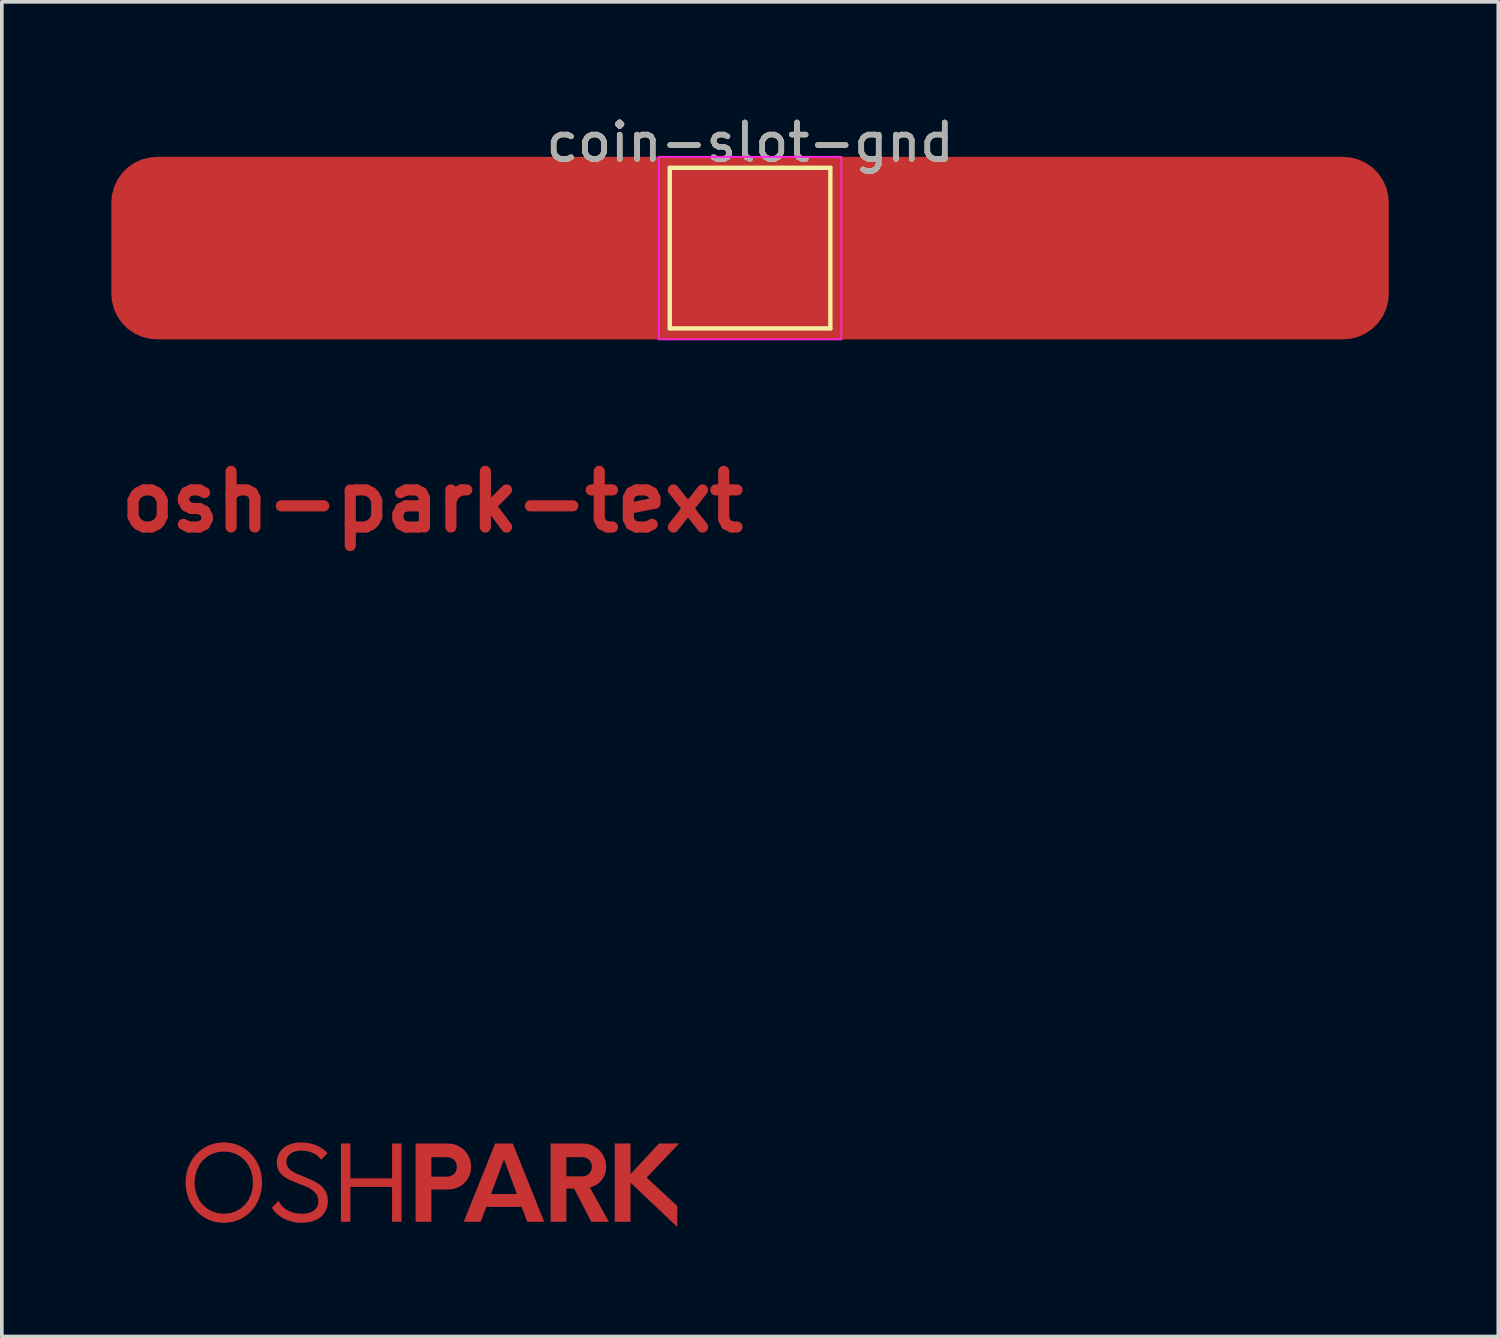
<source format=kicad_pcb>
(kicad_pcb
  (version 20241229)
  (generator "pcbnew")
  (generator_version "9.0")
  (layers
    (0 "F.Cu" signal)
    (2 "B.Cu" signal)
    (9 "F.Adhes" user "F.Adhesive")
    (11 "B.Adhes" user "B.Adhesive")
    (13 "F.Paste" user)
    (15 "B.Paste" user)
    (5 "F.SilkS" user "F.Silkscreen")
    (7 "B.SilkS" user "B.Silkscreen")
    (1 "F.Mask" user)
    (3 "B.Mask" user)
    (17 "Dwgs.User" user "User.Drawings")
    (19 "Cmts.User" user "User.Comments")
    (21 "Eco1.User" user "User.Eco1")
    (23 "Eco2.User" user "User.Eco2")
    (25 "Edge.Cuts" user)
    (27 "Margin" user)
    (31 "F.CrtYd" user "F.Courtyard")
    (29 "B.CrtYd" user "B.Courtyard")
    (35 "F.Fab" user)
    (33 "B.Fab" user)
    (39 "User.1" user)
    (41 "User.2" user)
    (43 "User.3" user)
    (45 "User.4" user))
  (footprint "coin-slot-gnd"
    (layer "F.Cu")
    (at 17.5 3.748)
    (property "Reference" "coin-slot-gnd" (at 0 -2.898 0) (layer "F.SilkS") (effects (font (size 1 1) (thickness 0.15))))
    (attr exclude_from_pos_files exclude_from_bom)
    (fp_line (start -2.2 -2.2) (end 2.2 -2.2) (stroke (width 0.12) (type solid)) (layer "F.SilkS"))
    (fp_line (start -2.2 2.2) (end -2.2 -2.2) (stroke (width 0.12) (type solid)) (layer "F.SilkS"))
    (fp_line (start 2.2 -2.2) (end 2.2 2.2) (stroke (width 0.12) (type solid)) (layer "F.SilkS"))
    (fp_line (start 2.2 2.2) (end -2.2 2.2) (stroke (width 0.12) (type solid)) (layer "F.SilkS"))
    (fp_line (start -2.5 -2.5) (end -2.5 2.5) (stroke (width 0.05) (type solid)) (layer "F.CrtYd"))
    (fp_line (start -2.5 -2.5) (end 2.5 -2.5) (stroke (width 0.05) (type solid)) (layer "F.CrtYd"))
    (fp_line (start 2.5 2.5) (end -2.5 2.5) (stroke (width 0.05) (type solid)) (layer "F.CrtYd"))
    (fp_line (start 2.5 2.5) (end 2.5 -2.5) (stroke (width 0.05) (type solid)) (layer "F.CrtYd"))
    (fp_text user "${REFERENCE}" (at 0 -2.9 0) (layer "F.Fab") (effects (font (size 1 1) (thickness 0.15))))
    (pad "1" smd roundrect (at 0 0) (size 35 5) (layers "F.Cu" "F.Mask") (roundrect_rratio 0.25)))
  (footprint "osh-park-text"
    (layer "F.Cu")
    (at 8.796 22.158)
    (property "Reference" "osh-park-text" (at 0 -11.458 0) (layer "F.Cu") (effects (font (size 1.524 1.524) (thickness 0.305))))
    (attr smd)
    (fp_poly (pts (xy 6.761 6.121) (xy 6.209 6.121) (xy 5.428 6.959) (xy 5.428 6.121) (xy 4.996 6.121) (xy 4.996 8.267) (xy 5.428 8.267) (xy 5.428 7.194) (xy 6.71 8.41) (xy 6.71 7.832) (xy 5.871 7.056) (xy 6.761 6.121)) (stroke (width 0) (type solid)) (fill yes) (layer "F.Cu"))
    (fp_poly (pts (xy -1.104 6.121) (xy -1.104 7.076) (xy -2.246 7.076) (xy -2.246 6.121) (xy -2.506 6.121) (xy -2.506 8.267) (xy -2.246 8.267) (xy -2.246 7.311) (xy -1.104 7.311) (xy -1.104 8.267) (xy -0.844 8.267) (xy -0.844 6.121) (xy -1.104 6.121)) (stroke (width 0) (type solid)) (fill yes) (layer "F.Cu"))
    (fp_poly (pts (xy 2.598 8.267) (xy 1.963 6.558) (xy 2.315 7.506) (xy 1.608 7.506) (xy 1.963 6.558) (xy 2.598 8.267) (xy 3.065 8.267) (xy 2.204 6.121) (xy 1.72 6.121) (xy 0.859 8.267) (xy 1.325 8.267) (xy 1.477 7.86) (xy 2.447 7.86) (xy 2.598 8.267)) (stroke (width 0) (type solid)) (fill yes) (layer "F.Cu"))
    (fp_poly (pts (xy 0.428 6.121) (xy -0.027 6.496) (xy 0.388 6.496) (xy 0.445 6.501) (xy 0.499 6.515) (xy 0.547 6.538) (xy 0.589 6.57) (xy 0.623 6.608) (xy 0.649 6.654) (xy 0.665 6.705) (xy 0.671 6.762) (xy 0.665 6.82) (xy 0.649 6.873) (xy 0.623 6.919) (xy 0.589 6.957) (xy 0.547 6.989) (xy 0.499 7.012) (xy 0.445 7.026) (xy 0.388 7.031) (xy 0.388 7.031) (xy -0.027 7.031) (xy -0.027 6.496) (xy 0.428 6.121) (xy -0.459 6.121) (xy -0.459 8.267) (xy -0.027 8.267) (xy -0.027 7.383) (xy 0.428 7.383) (xy 0.558 7.37) (xy 0.678 7.335) (xy 0.786 7.279) (xy 0.88 7.204) (xy 0.956 7.112) (xy 1.014 7.006) (xy 1.05 6.888) (xy 1.063 6.759) (xy 1.05 6.63) (xy 1.014 6.511) (xy 0.956 6.402) (xy 0.88 6.308) (xy 0.786 6.23) (xy 0.678 6.171) (xy 0.558 6.134) (xy 0.428 6.121) (xy 0.428 6.121)) (stroke (width 0) (type solid)) (fill yes) (layer "F.Cu"))
    (fp_poly (pts (xy 4.317 7.328) (xy 4.11 7.022) (xy 3.672 7.022) (xy 3.672 6.496) (xy 4.11 6.496) (xy 4.163 6.501) (xy 4.212 6.516) (xy 4.257 6.54) (xy 4.295 6.571) (xy 4.327 6.61) (xy 4.35 6.655) (xy 4.365 6.705) (xy 4.37 6.759) (xy 4.365 6.813) (xy 4.351 6.863) (xy 4.327 6.907) (xy 4.296 6.946) (xy 4.258 6.978) (xy 4.214 7.002) (xy 4.164 7.017) (xy 4.11 7.022) (xy 4.11 7.022) (xy 4.317 7.328) (xy 4.41 7.297) (xy 4.496 7.252) (xy 4.572 7.195) (xy 4.637 7.127) (xy 4.69 7.048) (xy 4.73 6.961) (xy 4.754 6.865) (xy 4.762 6.762) (xy 4.75 6.632) (xy 4.713 6.511) (xy 4.655 6.402) (xy 4.578 6.307) (xy 4.484 6.229) (xy 4.376 6.171) (xy 4.256 6.134) (xy 4.127 6.121) (xy 3.24 6.121) (xy 3.24 8.267) (xy 3.672 8.267) (xy 3.672 7.357) (xy 3.884 7.357) (xy 4.353 8.267) (xy 4.837 8.267) (xy 4.316 7.328) (xy 4.317 7.328)) (stroke (width 0) (type solid)) (fill yes) (layer "F.Cu"))
    (fp_poly (pts (xy -3.591 8.295) (xy -3.442 8.286) (xy -3.304 8.259) (xy -3.18 8.213) (xy -3.072 8.148) (xy -2.984 8.064) (xy -2.918 7.96) (xy -2.876 7.836) (xy -2.861 7.692) (xy -2.877 7.552) (xy -2.921 7.435) (xy -2.99 7.337) (xy -3.078 7.254) (xy -3.18 7.185) (xy -3.292 7.127) (xy -3.528 7.028) (xy -3.707 6.956) (xy -3.857 6.873) (xy -3.916 6.824) (xy -3.961 6.768) (xy -3.99 6.704) (xy -4 6.63) (xy -3.992 6.555) (xy -3.968 6.491) (xy -3.93 6.437) (xy -3.88 6.394) (xy -3.82 6.36) (xy -3.752 6.337) (xy -3.677 6.323) (xy -3.597 6.318) (xy -3.501 6.323) (xy -3.413 6.336) (xy -3.333 6.358) (xy -3.26 6.388) (xy -3.196 6.424) (xy -3.139 6.466) (xy -3.05 6.567) (xy -2.876 6.389) (xy -2.935 6.327) (xy -3.003 6.271) (xy -3.081 6.22) (xy -3.169 6.176) (xy -3.265 6.141) (xy -3.369 6.114) (xy -3.482 6.098) (xy -3.603 6.092) (xy -3.735 6.101) (xy -3.858 6.128) (xy -3.97 6.172) (xy -4.069 6.234) (xy -4.15 6.313) (xy -4.211 6.409) (xy -4.25 6.521) (xy -4.264 6.649) (xy -4.25 6.769) (xy -4.21 6.87) (xy -4.149 6.954) (xy -4.071 7.025) (xy -3.978 7.085) (xy -3.875 7.137) (xy -3.654 7.225) (xy -3.457 7.304) (xy -3.367 7.349) (xy -3.287 7.4) (xy -3.22 7.459) (xy -3.168 7.528) (xy -3.136 7.609) (xy -3.125 7.705) (xy -3.135 7.789) (xy -3.162 7.86) (xy -3.204 7.919) (xy -3.259 7.966) (xy -3.327 8.002) (xy -3.404 8.027) (xy -3.49 8.041) (xy -3.583 8.046) (xy -3.691 8.039) (xy -3.793 8.02) (xy -3.889 7.989) (xy -3.976 7.947) (xy -4.053 7.896) (xy -4.119 7.835) (xy -4.172 7.765) (xy -4.212 7.688) (xy -4.401 7.88) (xy -4.338 7.968) (xy -4.261 8.047) (xy -4.172 8.118) (xy -4.072 8.179) (xy -3.963 8.228) (xy -3.845 8.264) (xy -3.721 8.287) (xy -3.591 8.295) (xy -3.591 8.295)) (stroke (width 0) (type solid)) (fill yes) (layer "F.Cu"))
    (fp_poly (pts (xy -5.714 8.295) (xy -5.714 8.046) (xy -5.885 8.029) (xy -6.039 7.98) (xy -6.176 7.903) (xy -6.293 7.799) (xy -6.387 7.674) (xy -6.457 7.529) (xy -6.5 7.368) (xy -6.515 7.194) (xy -6.5 7.02) (xy -6.457 6.859) (xy -6.387 6.714) (xy -6.293 6.588) (xy -6.176 6.485) (xy -6.039 6.407) (xy -5.885 6.358) (xy -5.714 6.341) (xy -5.542 6.358) (xy -5.388 6.407) (xy -5.251 6.485) (xy -5.136 6.588) (xy -5.042 6.714) (xy -4.973 6.859) (xy -4.93 7.02) (xy -4.916 7.194) (xy -4.93 7.368) (xy -4.973 7.529) (xy -5.042 7.674) (xy -5.136 7.799) (xy -5.251 7.903) (xy -5.388 7.98) (xy -5.542 8.029) (xy -5.714 8.046) (xy -5.714 8.295) (xy -5.602 8.289) (xy -5.495 8.273) (xy -5.392 8.246) (xy -5.294 8.209) (xy -5.202 8.162) (xy -5.116 8.107) (xy -5.036 8.044) (xy -4.963 7.973) (xy -4.897 7.895) (xy -4.838 7.81) (xy -4.787 7.719) (xy -4.745 7.623) (xy -4.711 7.521) (xy -4.687 7.416) (xy -4.672 7.306) (xy -4.667 7.193) (xy -4.672 7.081) (xy -4.687 6.971) (xy -4.711 6.865) (xy -4.745 6.764) (xy -4.787 6.668) (xy -4.838 6.577) (xy -4.897 6.492) (xy -4.963 6.414) (xy -5.036 6.343) (xy -5.116 6.28) (xy -5.202 6.224) (xy -5.294 6.178) (xy -5.392 6.141) (xy -5.495 6.114) (xy -5.602 6.097) (xy -5.714 6.091) (xy -5.826 6.097) (xy -5.934 6.114) (xy -6.037 6.141) (xy -6.135 6.178) (xy -6.227 6.224) (xy -6.313 6.28) (xy -6.393 6.343) (xy -6.466 6.414) (xy -6.532 6.492) (xy -6.59 6.577) (xy -6.641 6.668) (xy -6.683 6.764) (xy -6.717 6.865) (xy -6.741 6.971) (xy -6.756 7.081) (xy -6.761 7.193) (xy -6.756 7.306) (xy -6.741 7.416) (xy -6.717 7.521) (xy -6.683 7.623) (xy -6.641 7.719) (xy -6.59 7.81) (xy -6.532 7.895) (xy -6.466 7.973) (xy -6.393 8.044) (xy -6.313 8.107) (xy -6.227 8.162) (xy -6.135 8.209) (xy -6.037 8.246) (xy -5.934 8.273) (xy -5.826 8.289) (xy -5.714 8.295)) (stroke (width 0) (type solid)) (fill yes) (layer "F.Cu")))
  (gr_rect
    (start -3 -3)
    (end 38 33.567)
    (stroke (width 0.1) (type default))
    (fill no)
    (layer "Edge.Cuts")))
</source>
